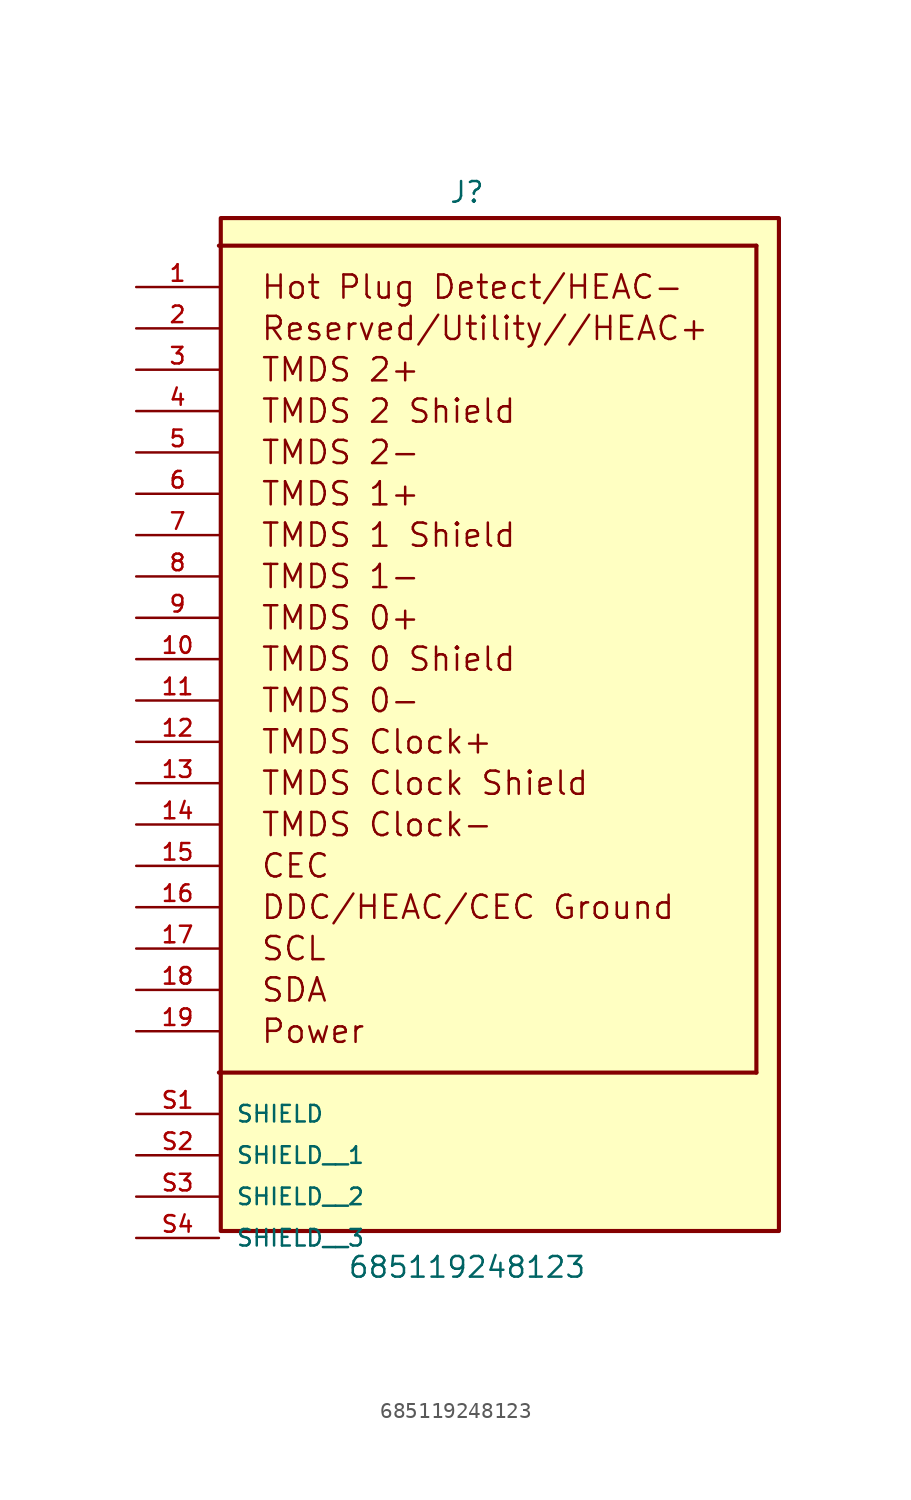
<source format=kicad_sym>
(kicad_symbol_lib
  (version 20211014)
  (generator kicad_symbol_editor)
  (symbol "685119248123"
    (pin_names
      (offset 1.016))
    (property "Reference" "J"
      (at 0.0 27.94 0)
      (effects (font (size 1.27 1.27)) (justify bottom)))
    (property "Value" "685119248123"
      (at 0.0 -38.1 0)
      (effects (font (size 1.27 1.27)) (justify bottom)))
    (symbol "685119248123_0_0"
      (polyline (pts (xy -15.24 -25.4) (xy 17.78 -25.4)) (stroke (width 0.254)))
      (polyline (pts (xy 17.78 -25.4) (xy 17.78 25.4)) (stroke (width 0.254)))
      (polyline (pts (xy 17.78 25.4) (xy -15.24 25.4)) (stroke (width 0.254)))
      (text "TMDS 2+" (at -12.7 17.78 0) (effects (font (size 1.422 1.422)) (justify left)))
      (text "TMDS 2 Shield" (at -12.7 15.24 0) (effects (font (size 1.422 1.422)) (justify left)))
      (text "TMDS 2-" (at -12.7 12.7 0) (effects (font (size 1.422 1.422)) (justify left)))
      (text "TMDS 1+" (at -12.7 10.16 0) (effects (font (size 1.422 1.422)) (justify left)))
      (text "TMDS 1 Shield" (at -12.7 7.62 0) (effects (font (size 1.422 1.422)) (justify left)))
      (text "TMDS 1-" (at -12.7 5.08 0) (effects (font (size 1.422 1.422)) (justify left)))
      (text "TMDS 0+" (at -12.7 2.54 0) (effects (font (size 1.422 1.422)) (justify left)))
      (text "TMDS 0 Shield" (at -12.7 0.0 0) (effects (font (size 1.422 1.422)) (justify left)))
      (text "TMDS 0-" (at -12.7 -2.54 0) (effects (font (size 1.422 1.422)) (justify left)))
      (text "TMDS Clock+" (at -12.7 -5.08 0) (effects (font (size 1.422 1.422)) (justify left)))
      (text "TMDS Clock Shield" (at -12.7 -7.62 0) (effects (font (size 1.422 1.422)) (justify left)))
      (text "TMDS Clock-" (at -12.7 -10.16 0) (effects (font (size 1.422 1.422)) (justify left)))
      (text "CEC" (at -12.7 -12.7 0) (effects (font (size 1.422 1.422)) (justify left)))
      (text "Hot Plug Detect/HEAC-" (at -12.7 22.86 0) (effects (font (size 1.422 1.422)) (justify left)))
      (text "SCL" (at -12.7 -17.78 0) (effects (font (size 1.422 1.422)) (justify left)))
      (text "SDA" (at -12.7 -20.32 0) (effects (font (size 1.422 1.422)) (justify left)))
      (text "DDC/HEAC/CEC Ground" (at -12.7 -15.24 0) (effects (font (size 1.422 1.422)) (justify left)))
      (text "Power" (at -12.7 -22.86 0) (effects (font (size 1.422 1.422)) (justify left)))
      (text "Reserved/Utility//HEAC+" (at -12.7 20.32 0) (effects (font (size 1.422 1.422)) (justify left)))
      (rectangle (start -15.125 -35.134) (end 19.165 27.096) (stroke (width 0.254)) (fill (type background)))
      (pin passive line (at -20.32 17.78 0) (length 5.08) (name "~" (effects (font (size 1.016 1.016)))) (number "3" (effects (font (size 1.016 1.016)))))
      (pin passive line (at -20.32 15.24 0) (length 5.08) (name "~" (effects (font (size 1.016 1.016)))) (number "4" (effects (font (size 1.016 1.016)))))
      (pin passive line (at -20.32 12.7 0) (length 5.08) (name "~" (effects (font (size 1.016 1.016)))) (number "5" (effects (font (size 1.016 1.016)))))
      (pin passive line (at -20.32 10.16 0) (length 5.08) (name "~" (effects (font (size 1.016 1.016)))) (number "6" (effects (font (size 1.016 1.016)))))
      (pin passive line (at -20.32 7.62 0) (length 5.08) (name "~" (effects (font (size 1.016 1.016)))) (number "7" (effects (font (size 1.016 1.016)))))
      (pin passive line (at -20.32 5.08 0) (length 5.08) (name "~" (effects (font (size 1.016 1.016)))) (number "8" (effects (font (size 1.016 1.016)))))
      (pin passive line (at -20.32 2.54 0) (length 5.08) (name "~" (effects (font (size 1.016 1.016)))) (number "9" (effects (font (size 1.016 1.016)))))
      (pin passive line (at -20.32 0.0 0) (length 5.08) (name "~" (effects (font (size 1.016 1.016)))) (number "10" (effects (font (size 1.016 1.016)))))
      (pin passive line (at -20.32 -2.54 0) (length 5.08) (name "~" (effects (font (size 1.016 1.016)))) (number "11" (effects (font (size 1.016 1.016)))))
      (pin passive line (at -20.32 -5.08 0) (length 5.08) (name "~" (effects (font (size 1.016 1.016)))) (number "12" (effects (font (size 1.016 1.016)))))
      (pin passive line (at -20.32 -7.62 0) (length 5.08) (name "~" (effects (font (size 1.016 1.016)))) (number "13" (effects (font (size 1.016 1.016)))))
      (pin passive line (at -20.32 -10.16 0) (length 5.08) (name "~" (effects (font (size 1.016 1.016)))) (number "14" (effects (font (size 1.016 1.016)))))
      (pin passive line (at -20.32 -12.7 0) (length 5.08) (name "~" (effects (font (size 1.016 1.016)))) (number "15" (effects (font (size 1.016 1.016)))))
      (pin passive line (at -20.32 20.32 0) (length 5.08) (name "~" (effects (font (size 1.016 1.016)))) (number "2" (effects (font (size 1.016 1.016)))))
      (pin passive line (at -20.32 -17.78 0) (length 5.08) (name "~" (effects (font (size 1.016 1.016)))) (number "17" (effects (font (size 1.016 1.016)))))
      (pin passive line (at -20.32 -20.32 0) (length 5.08) (name "~" (effects (font (size 1.016 1.016)))) (number "18" (effects (font (size 1.016 1.016)))))
      (pin passive line (at -20.32 -15.24 0) (length 5.08) (name "~" (effects (font (size 1.016 1.016)))) (number "16" (effects (font (size 1.016 1.016)))))
      (pin power_in line (at -20.32 -22.86 0) (length 5.08) (name "~" (effects (font (size 1.016 1.016)))) (number "19" (effects (font (size 1.016 1.016)))))
      (pin passive line (at -20.32 22.86 0) (length 5.08) (name "~" (effects (font (size 1.016 1.016)))) (number "1" (effects (font (size 1.016 1.016)))))
      (pin passive line (at -20.32 -27.94 0) (length 5.08) (name "SHIELD" (effects (font (size 1.016 1.016)))) (number "S1" (effects (font (size 1.016 1.016)))))
      (pin passive line (at -20.32 -30.48 0) (length 5.08) (name "SHIELD__1" (effects (font (size 1.016 1.016)))) (number "S2" (effects (font (size 1.016 1.016)))))
      (pin passive line (at -20.32 -33.02 0) (length 5.08) (name "SHIELD__2" (effects (font (size 1.016 1.016)))) (number "S3" (effects (font (size 1.016 1.016)))))
      (pin passive line (at -20.32 -35.56 0) (length 5.08) (name "SHIELD__3" (effects (font (size 1.016 1.016)))) (number "S4" (effects (font (size 1.016 1.016))))))))
</source>
